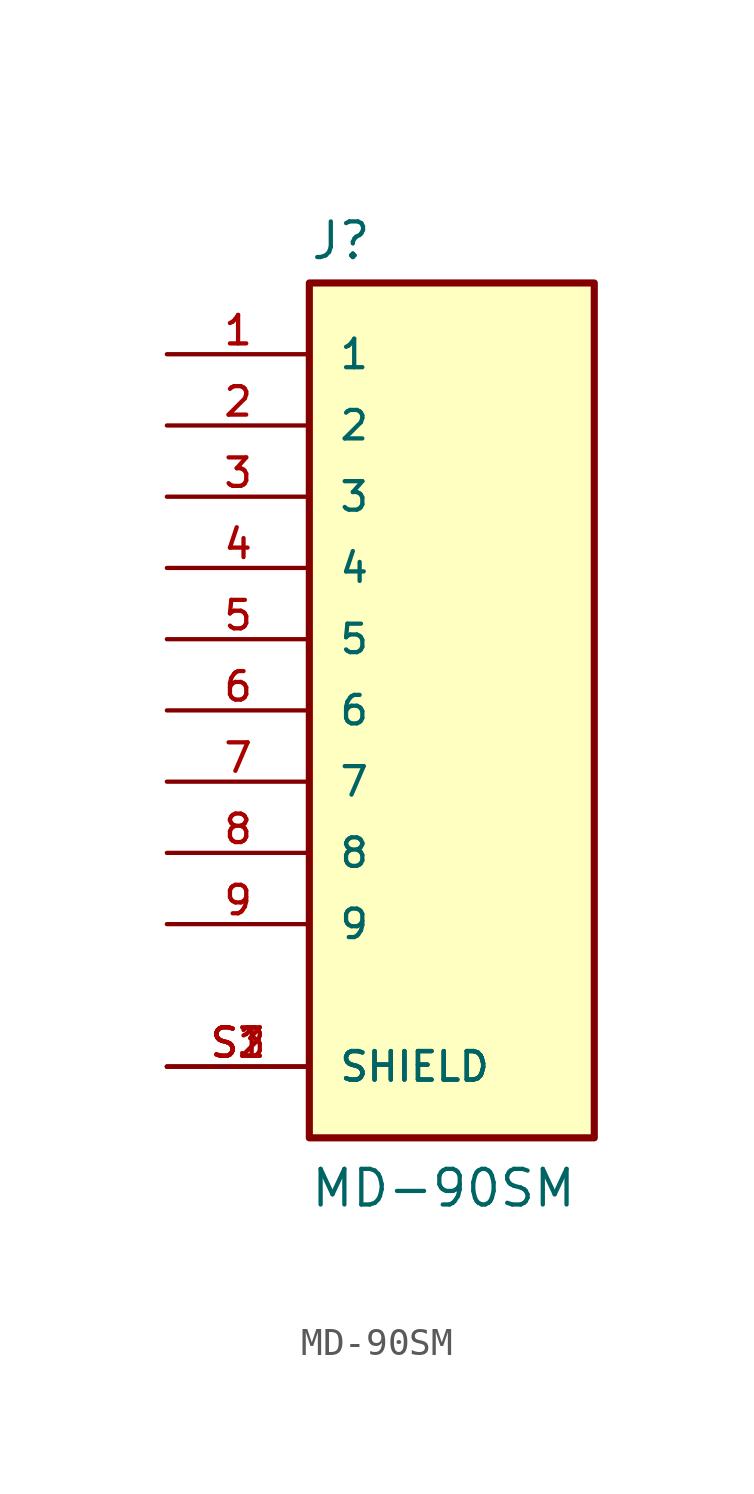
<source format=kicad_sym>
(kicad_symbol_lib
  (version 20211014)
  (generator kicad_symbol_editor)
  (symbol "MD-90SM"
    (pin_names
      (offset 1.016))
    (property "Reference" "J"
      (at -5.08 16.002 0)
      (effects (font (size 1.27 1.27)) (justify bottom left)))
    (property "Value" "MD-90SM"
      (at -5.08 -17.78 0)
      (effects (font (size 1.27 1.27)) (justify bottom left)))
    (symbol "MD-90SM_0_0"
      (rectangle (start -5.08 -15.24) (end 5.08 15.24) (stroke (width 0.254)) (fill (type background)))
      (pin passive line (at -10.16 10.16 0) (length 5.08) (name "2" (effects (font (size 1.016 1.016)))) (number "2" (effects (font (size 1.016 1.016)))))
      (pin passive line (at -10.16 12.7 0) (length 5.08) (name "1" (effects (font (size 1.016 1.016)))) (number "1" (effects (font (size 1.016 1.016)))))
      (pin passive line (at -10.16 7.62 0) (length 5.08) (name "3" (effects (font (size 1.016 1.016)))) (number "3" (effects (font (size 1.016 1.016)))))
      (pin passive line (at -10.16 -12.7 0) (length 5.08) (name "SHIELD" (effects (font (size 1.016 1.016)))) (number "S1" (effects (font (size 1.016 1.016)))))
      (pin passive line (at -10.16 -12.7 0) (length 5.08) (name "SHIELD" (effects (font (size 1.016 1.016)))) (number "S2" (effects (font (size 1.016 1.016)))))
      (pin passive line (at -10.16 -12.7 0) (length 5.08) (name "SHIELD" (effects (font (size 1.016 1.016)))) (number "S3" (effects (font (size 1.016 1.016)))))
      (pin passive line (at -10.16 5.08 0) (length 5.08) (name "4" (effects (font (size 1.016 1.016)))) (number "4" (effects (font (size 1.016 1.016)))))
      (pin passive line (at -10.16 2.54 0) (length 5.08) (name "5" (effects (font (size 1.016 1.016)))) (number "5" (effects (font (size 1.016 1.016)))))
      (pin passive line (at -10.16 0.0 0) (length 5.08) (name "6" (effects (font (size 1.016 1.016)))) (number "6" (effects (font (size 1.016 1.016)))))
      (pin passive line (at -10.16 -2.54 0) (length 5.08) (name "7" (effects (font (size 1.016 1.016)))) (number "7" (effects (font (size 1.016 1.016)))))
      (pin passive line (at -10.16 -5.08 0) (length 5.08) (name "8" (effects (font (size 1.016 1.016)))) (number "8" (effects (font (size 1.016 1.016)))))
      (pin passive line (at -10.16 -7.62 0) (length 5.08) (name "9" (effects (font (size 1.016 1.016)))) (number "9" (effects (font (size 1.016 1.016))))))))
</source>
